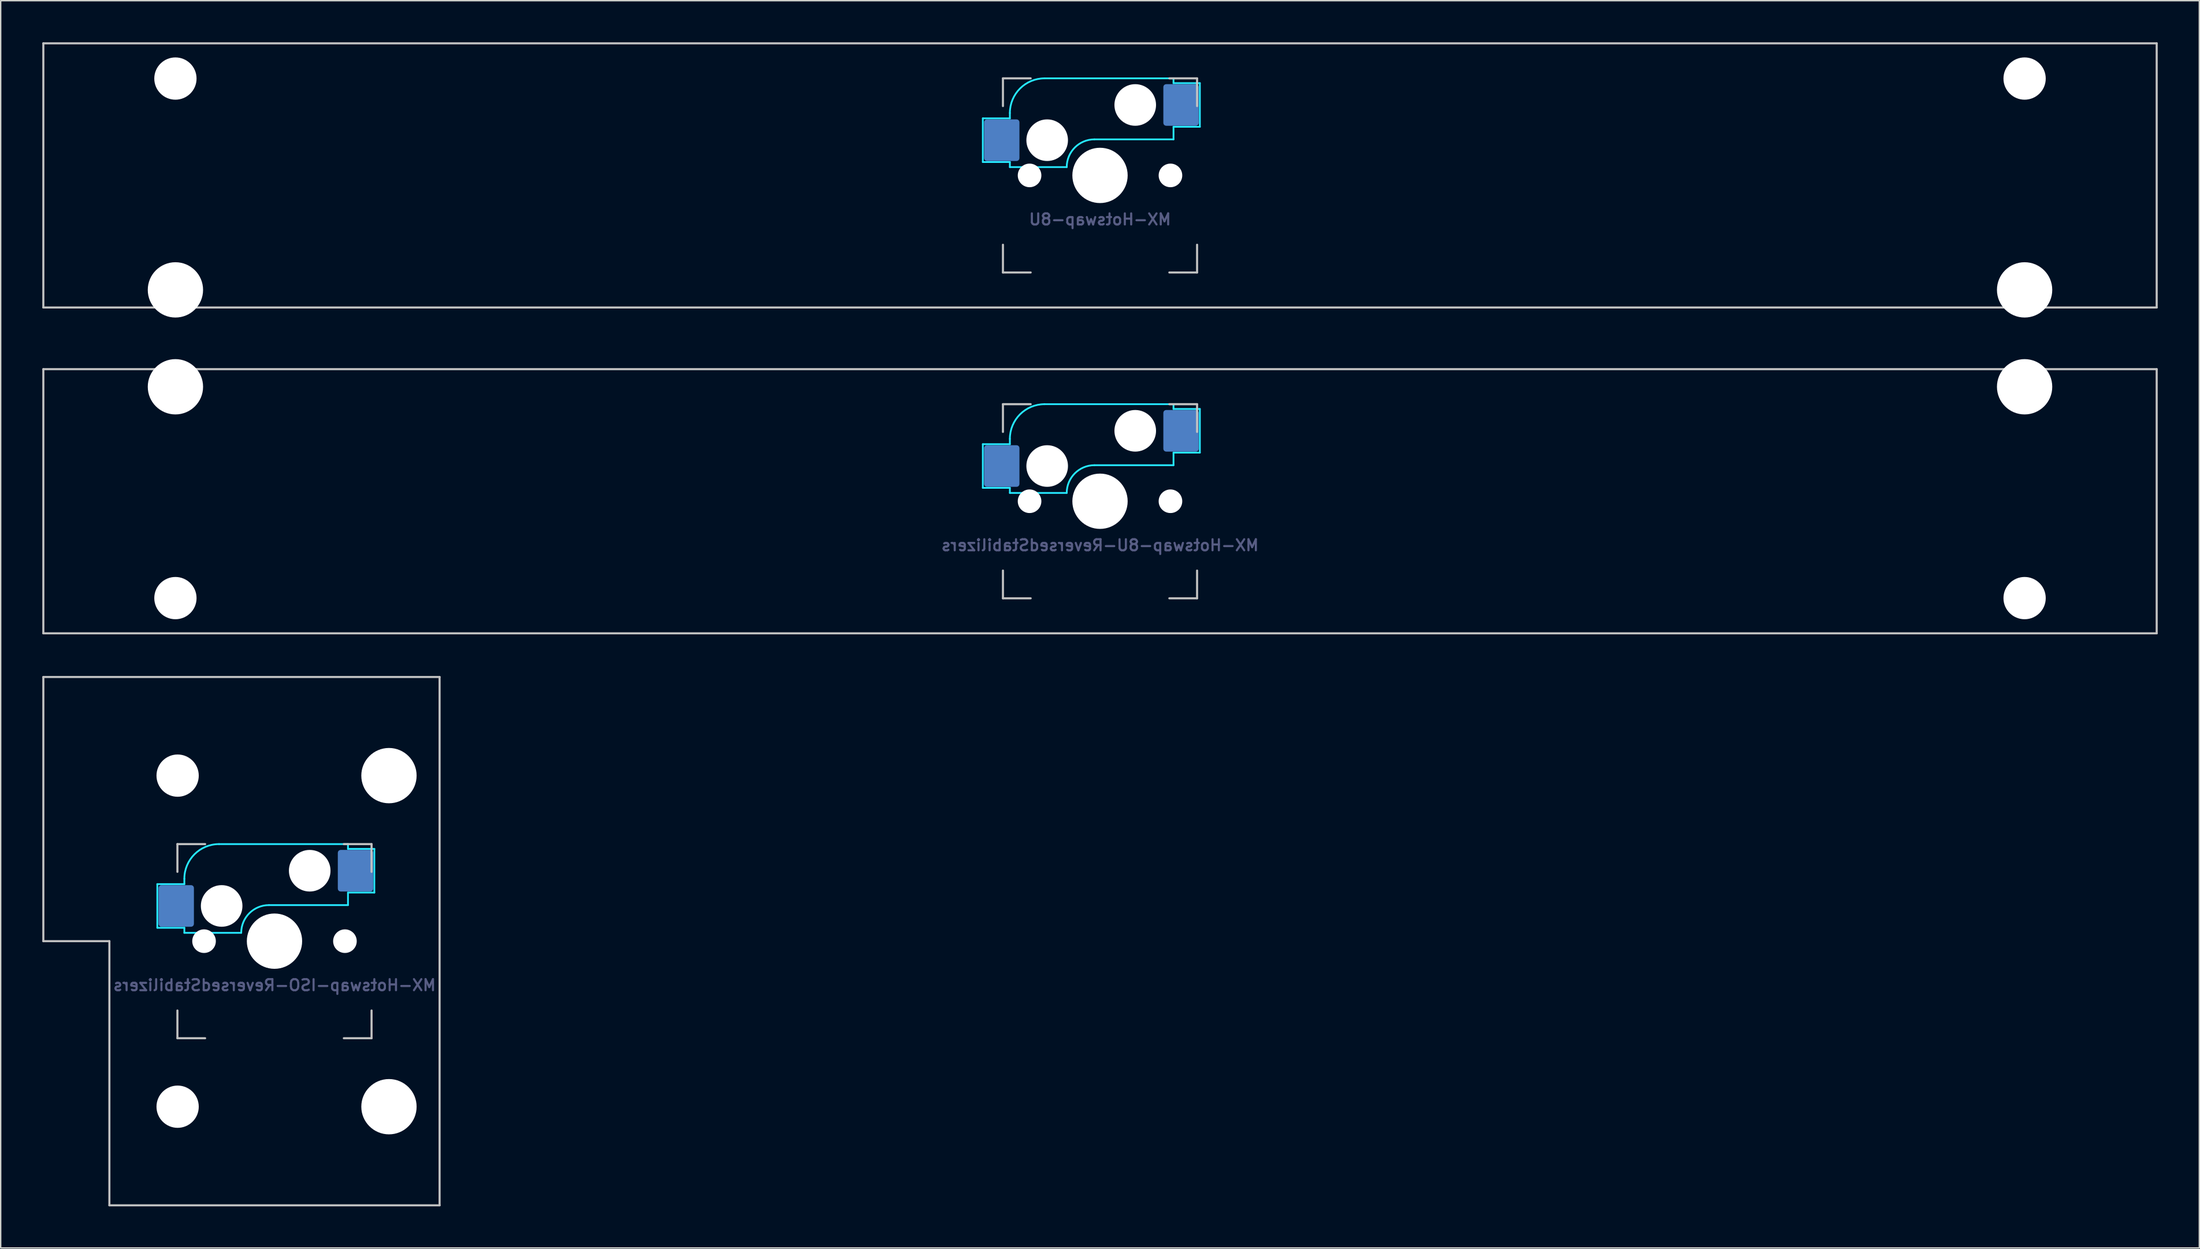
<source format=kicad_pcb>
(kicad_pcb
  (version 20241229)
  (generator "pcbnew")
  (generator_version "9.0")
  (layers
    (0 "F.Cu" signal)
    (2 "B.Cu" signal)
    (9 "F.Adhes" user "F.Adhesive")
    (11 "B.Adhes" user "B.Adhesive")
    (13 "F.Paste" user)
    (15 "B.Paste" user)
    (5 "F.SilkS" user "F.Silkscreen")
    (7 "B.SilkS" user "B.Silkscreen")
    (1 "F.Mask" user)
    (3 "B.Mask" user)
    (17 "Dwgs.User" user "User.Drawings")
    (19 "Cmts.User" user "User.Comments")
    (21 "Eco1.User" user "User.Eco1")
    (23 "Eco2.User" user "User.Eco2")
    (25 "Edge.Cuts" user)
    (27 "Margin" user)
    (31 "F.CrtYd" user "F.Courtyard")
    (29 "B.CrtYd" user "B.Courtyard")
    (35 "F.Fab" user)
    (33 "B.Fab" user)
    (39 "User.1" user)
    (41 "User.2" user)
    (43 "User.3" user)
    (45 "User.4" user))
  (footprint "MX-Hotswap-ISO-ReversedStabilizers"
    (layer "F.Cu")
    (at 16.744 64.823)
    (property "Reference" "MX-Hotswap-ISO-ReversedStabilizers" (at 0 3.175 0) (layer "B.Fab") (effects (font (size 0.8 0.8) (thickness 0.15)) (justify mirror)))
    (attr smd)
    (fp_line (start -16.669 -19.05) (end -16.669 0) (stroke (width 0.15) (type solid)) (layer "Dwgs.User"))
    (fp_line (start -16.669 -19.05) (end 11.906 -19.05) (stroke (width 0.15) (type solid)) (layer "Dwgs.User"))
    (fp_line (start -11.906 0) (end -16.669 0) (stroke (width 0.15) (type solid)) (layer "Dwgs.User"))
    (fp_line (start -11.906 19.05) (end -11.906 0) (stroke (width 0.15) (type solid)) (layer "Dwgs.User"))
    (fp_line (start -11.906 19.05) (end 11.906 19.05) (stroke (width 0.15) (type solid)) (layer "Dwgs.User"))
    (fp_line (start -7 -7) (end -7 -5) (stroke (width 0.15) (type solid)) (layer "Dwgs.User"))
    (fp_line (start -7 5) (end -7 7) (stroke (width 0.15) (type solid)) (layer "Dwgs.User"))
    (fp_line (start -7 7) (end -5 7) (stroke (width 0.15) (type solid)) (layer "Dwgs.User"))
    (fp_line (start -5 -7) (end -7 -7) (stroke (width 0.15) (type solid)) (layer "Dwgs.User"))
    (fp_line (start 5 -7) (end 7 -7) (stroke (width 0.15) (type solid)) (layer "Dwgs.User"))
    (fp_line (start 5 7) (end 7 7) (stroke (width 0.15) (type solid)) (layer "Dwgs.User"))
    (fp_line (start 7 -7) (end 7 -5) (stroke (width 0.15) (type solid)) (layer "Dwgs.User"))
    (fp_line (start 7 7) (end 7 5) (stroke (width 0.15) (type solid)) (layer "Dwgs.User"))
    (fp_line (start 11.906 -19.05) (end 11.906 19.05) (stroke (width 0.15) (type solid)) (layer "Dwgs.User"))
    (fp_line (start -8.45 -4.115) (end -8.45 -0.965) (stroke (width 0.127) (type solid)) (layer "B.CrtYd"))
    (fp_line (start -8.45 -0.965) (end -6.5 -0.965) (stroke (width 0.127) (type solid)) (layer "B.CrtYd"))
    (fp_line (start -6.5 -4.5) (end -6.5 -4.115) (stroke (width 0.127) (type solid)) (layer "B.CrtYd"))
    (fp_line (start -6.5 -4.115) (end -8.45 -4.115) (stroke (width 0.127) (type solid)) (layer "B.CrtYd"))
    (fp_line (start -6.5 -0.6) (end -6.5 -0.965) (stroke (width 0.127) (type solid)) (layer "B.CrtYd"))
    (fp_line (start -6.5 -0.6) (end -2.4 -0.6) (stroke (width 0.127) (type solid)) (layer "B.CrtYd"))
    (fp_line (start -0.4 -2.6) (end 5.3 -2.6) (stroke (width 0.127) (type solid)) (layer "B.CrtYd"))
    (fp_line (start 5.3 -7) (end -4 -7) (stroke (width 0.127) (type solid)) (layer "B.CrtYd"))
    (fp_line (start 5.3 -7) (end 5.3 -6.655) (stroke (width 0.127) (type solid)) (layer "B.CrtYd"))
    (fp_line (start 5.3 -6.655) (end 7.2 -6.655) (stroke (width 0.127) (type solid)) (layer "B.CrtYd"))
    (fp_line (start 5.3 -2.6) (end 5.3 -3.505) (stroke (width 0.127) (type solid)) (layer "B.CrtYd"))
    (fp_line (start 7.2 -6.655) (end 7.2 -3.505) (stroke (width 0.127) (type solid)) (layer "B.CrtYd"))
    (fp_line (start 7.2 -3.505) (end 5.3 -3.505) (stroke (width 0.127) (type solid)) (layer "B.CrtYd"))
    (fp_arc (start -6.5 -4.5) (mid -5.767767 -6.267767) (end -4 -7) (stroke (width 0.127) (type solid)) (layer "B.CrtYd"))
    (fp_arc (start -2.4 -0.6) (mid -1.814214 -2.014214) (end -0.4 -2.6) (stroke (width 0.127) (type solid)) (layer "B.CrtYd"))
    (pad "" np_thru_hole circle (at -6.985 -11.938) (size 3.048 3.048) (drill 3.048) (layers "*.Cu" "*.Mask"))
    (pad "" np_thru_hole circle (at -6.985 11.938) (size 3.048 3.048) (drill 3.048) (layers "*.Cu" "*.Mask"))
    (pad "" np_thru_hole circle (at -5.08 0 48.099) (size 1.702 1.702) (drill 1.702) (layers "*.Cu" "*.Mask"))
    (pad "" np_thru_hole circle (at -3.81 -2.54) (size 3 3) (drill 3) (layers "*.Cu" "*.Mask"))
    (pad "" np_thru_hole circle (at 0 0) (size 3.988 3.988) (drill 3.988) (layers "*.Cu" "*.Mask"))
    (pad "" np_thru_hole circle (at 2.54 -5.08) (size 3 3) (drill 3) (layers "*.Cu" "*.Mask"))
    (pad "" np_thru_hole circle (at 5.08 0 48.099) (size 1.702 1.702) (drill 1.702) (layers "*.Cu" "*.Mask"))
    (pad "" np_thru_hole circle (at 8.255 -11.938) (size 3.988 3.988) (drill 3.988) (layers "*.Cu" "*.Mask"))
    (pad "" np_thru_hole circle (at 8.255 11.938) (size 3.988 3.988) (drill 3.988) (layers "*.Cu" "*.Mask"))
    (pad "1" smd roundrect (at -7.085 -2.54 90) (size 3 2.55) (layers "B.Cu" "B.Mask" "B.Paste") (roundrect_rratio 0.08))
    (pad "2" smd roundrect (at 5.842 -5.08 90) (size 3 2.55) (layers "B.Cu" "B.Mask" "B.Paste") (roundrect_rratio 0.08)))
  (footprint "MX-Hotswap-8U"
    (layer "F.Cu")
    (at 76.275 9.6)
    (property "Reference" "MX-Hotswap-8U" (at 0 3.175 0) (layer "B.Fab") (effects (font (size 0.8 0.8) (thickness 0.15)) (justify mirror)))
    (attr smd)
    (fp_line (start -76.2 9.525) (end -76.2 -9.525) (stroke (width 0.15) (type solid)) (layer "Dwgs.User"))
    (fp_line (start -7 -7) (end -7 -5) (stroke (width 0.15) (type solid)) (layer "Dwgs.User"))
    (fp_line (start -7 5) (end -7 7) (stroke (width 0.15) (type solid)) (layer "Dwgs.User"))
    (fp_line (start -7 7) (end -5 7) (stroke (width 0.15) (type solid)) (layer "Dwgs.User"))
    (fp_line (start -5 -7) (end -7 -7) (stroke (width 0.15) (type solid)) (layer "Dwgs.User"))
    (fp_line (start 5 -7) (end 7 -7) (stroke (width 0.15) (type solid)) (layer "Dwgs.User"))
    (fp_line (start 5 7) (end 7 7) (stroke (width 0.15) (type solid)) (layer "Dwgs.User"))
    (fp_line (start 7 -7) (end 7 -5) (stroke (width 0.15) (type solid)) (layer "Dwgs.User"))
    (fp_line (start 7 7) (end 7 5) (stroke (width 0.15) (type solid)) (layer "Dwgs.User"))
    (fp_line (start 76.2 -9.525) (end -76.2 -9.525) (stroke (width 0.15) (type solid)) (layer "Dwgs.User"))
    (fp_line (start 76.2 9.525) (end -76.2 9.525) (stroke (width 0.15) (type solid)) (layer "Dwgs.User"))
    (fp_line (start 76.2 9.525) (end 76.2 -9.525) (stroke (width 0.15) (type solid)) (layer "Dwgs.User"))
    (fp_line (start -8.45 -4.115) (end -8.45 -0.965) (stroke (width 0.127) (type solid)) (layer "B.CrtYd"))
    (fp_line (start -8.45 -0.965) (end -6.5 -0.965) (stroke (width 0.127) (type solid)) (layer "B.CrtYd"))
    (fp_line (start -6.5 -4.5) (end -6.5 -4.115) (stroke (width 0.127) (type solid)) (layer "B.CrtYd"))
    (fp_line (start -6.5 -4.115) (end -8.45 -4.115) (stroke (width 0.127) (type solid)) (layer "B.CrtYd"))
    (fp_line (start -6.5 -0.6) (end -6.5 -0.965) (stroke (width 0.127) (type solid)) (layer "B.CrtYd"))
    (fp_line (start -6.5 -0.6) (end -2.4 -0.6) (stroke (width 0.127) (type solid)) (layer "B.CrtYd"))
    (fp_line (start -0.4 -2.6) (end 5.3 -2.6) (stroke (width 0.127) (type solid)) (layer "B.CrtYd"))
    (fp_line (start 5.3 -7) (end -4 -7) (stroke (width 0.127) (type solid)) (layer "B.CrtYd"))
    (fp_line (start 5.3 -7) (end 5.3 -6.655) (stroke (width 0.127) (type solid)) (layer "B.CrtYd"))
    (fp_line (start 5.3 -6.655) (end 7.2 -6.655) (stroke (width 0.127) (type solid)) (layer "B.CrtYd"))
    (fp_line (start 5.3 -2.6) (end 5.3 -3.505) (stroke (width 0.127) (type solid)) (layer "B.CrtYd"))
    (fp_line (start 7.2 -6.655) (end 7.2 -3.505) (stroke (width 0.127) (type solid)) (layer "B.CrtYd"))
    (fp_line (start 7.2 -3.505) (end 5.3 -3.505) (stroke (width 0.127) (type solid)) (layer "B.CrtYd"))
    (fp_arc (start -6.5 -4.5) (mid -5.767767 -6.267767) (end -4 -7) (stroke (width 0.127) (type solid)) (layer "B.CrtYd"))
    (fp_arc (start -2.4 -0.6) (mid -1.814214 -2.014214) (end -0.4 -2.6) (stroke (width 0.127) (type solid)) (layer "B.CrtYd"))
    (pad "" np_thru_hole circle (at -66.675 -6.985) (size 3.048 3.048) (drill 3.048) (layers "*.Cu" "*.Mask"))
    (pad "" np_thru_hole circle (at -66.675 8.255) (size 3.988 3.988) (drill 3.988) (layers "*.Cu" "*.Mask"))
    (pad "" np_thru_hole circle (at -5.08 0 48.099) (size 1.702 1.702) (drill 1.702) (layers "*.Cu" "*.Mask"))
    (pad "" np_thru_hole circle (at -3.81 -2.54) (size 3 3) (drill 3) (layers "*.Cu" "*.Mask"))
    (pad "" np_thru_hole circle (at 0 0) (size 3.988 3.988) (drill 3.988) (layers "*.Cu" "*.Mask"))
    (pad "" np_thru_hole circle (at 2.54 -5.08) (size 3 3) (drill 3) (layers "*.Cu" "*.Mask"))
    (pad "" np_thru_hole circle (at 5.08 0 48.099) (size 1.702 1.702) (drill 1.702) (layers "*.Cu" "*.Mask"))
    (pad "" np_thru_hole circle (at 66.675 -6.985) (size 3.048 3.048) (drill 3.048) (layers "*.Cu" "*.Mask"))
    (pad "" np_thru_hole circle (at 66.675 8.255) (size 3.988 3.988) (drill 3.988) (layers "*.Cu" "*.Mask"))
    (pad "1" smd roundrect (at -7.085 -2.54 90) (size 3 2.55) (layers "B.Cu" "B.Mask" "B.Paste") (roundrect_rratio 0.08))
    (pad "2" smd roundrect (at 5.842 -5.08 90) (size 3 2.55) (layers "B.Cu" "B.Mask" "B.Paste") (roundrect_rratio 0.08)))
  (footprint "MX-Hotswap-8U-ReversedStabilizers"
    (layer "F.Cu")
    (at 76.275 33.098)
    (property "Reference" "MX-Hotswap-8U-ReversedStabilizers" (at 0 3.175 0) (layer "B.Fab") (effects (font (size 0.8 0.8) (thickness 0.15)) (justify mirror)))
    (attr smd)
    (fp_line (start -76.2 9.525) (end -76.2 -9.525) (stroke (width 0.15) (type solid)) (layer "Dwgs.User"))
    (fp_line (start -7 -7) (end -7 -5) (stroke (width 0.15) (type solid)) (layer "Dwgs.User"))
    (fp_line (start -7 5) (end -7 7) (stroke (width 0.15) (type solid)) (layer "Dwgs.User"))
    (fp_line (start -7 7) (end -5 7) (stroke (width 0.15) (type solid)) (layer "Dwgs.User"))
    (fp_line (start -5 -7) (end -7 -7) (stroke (width 0.15) (type solid)) (layer "Dwgs.User"))
    (fp_line (start 5 -7) (end 7 -7) (stroke (width 0.15) (type solid)) (layer "Dwgs.User"))
    (fp_line (start 5 7) (end 7 7) (stroke (width 0.15) (type solid)) (layer "Dwgs.User"))
    (fp_line (start 7 -7) (end 7 -5) (stroke (width 0.15) (type solid)) (layer "Dwgs.User"))
    (fp_line (start 7 7) (end 7 5) (stroke (width 0.15) (type solid)) (layer "Dwgs.User"))
    (fp_line (start 76.2 -9.525) (end -76.2 -9.525) (stroke (width 0.15) (type solid)) (layer "Dwgs.User"))
    (fp_line (start 76.2 9.525) (end -76.2 9.525) (stroke (width 0.15) (type solid)) (layer "Dwgs.User"))
    (fp_line (start 76.2 9.525) (end 76.2 -9.525) (stroke (width 0.15) (type solid)) (layer "Dwgs.User"))
    (fp_line (start -8.45 -4.115) (end -8.45 -0.965) (stroke (width 0.127) (type solid)) (layer "B.CrtYd"))
    (fp_line (start -8.45 -0.965) (end -6.5 -0.965) (stroke (width 0.127) (type solid)) (layer "B.CrtYd"))
    (fp_line (start -6.5 -4.5) (end -6.5 -4.115) (stroke (width 0.127) (type solid)) (layer "B.CrtYd"))
    (fp_line (start -6.5 -4.115) (end -8.45 -4.115) (stroke (width 0.127) (type solid)) (layer "B.CrtYd"))
    (fp_line (start -6.5 -0.6) (end -6.5 -0.965) (stroke (width 0.127) (type solid)) (layer "B.CrtYd"))
    (fp_line (start -6.5 -0.6) (end -2.4 -0.6) (stroke (width 0.127) (type solid)) (layer "B.CrtYd"))
    (fp_line (start -0.4 -2.6) (end 5.3 -2.6) (stroke (width 0.127) (type solid)) (layer "B.CrtYd"))
    (fp_line (start 5.3 -7) (end -4 -7) (stroke (width 0.127) (type solid)) (layer "B.CrtYd"))
    (fp_line (start 5.3 -7) (end 5.3 -6.655) (stroke (width 0.127) (type solid)) (layer "B.CrtYd"))
    (fp_line (start 5.3 -6.655) (end 7.2 -6.655) (stroke (width 0.127) (type solid)) (layer "B.CrtYd"))
    (fp_line (start 5.3 -2.6) (end 5.3 -3.505) (stroke (width 0.127) (type solid)) (layer "B.CrtYd"))
    (fp_line (start 7.2 -6.655) (end 7.2 -3.505) (stroke (width 0.127) (type solid)) (layer "B.CrtYd"))
    (fp_line (start 7.2 -3.505) (end 5.3 -3.505) (stroke (width 0.127) (type solid)) (layer "B.CrtYd"))
    (fp_arc (start -6.5 -4.5) (mid -5.767767 -6.267767) (end -4 -7) (stroke (width 0.127) (type solid)) (layer "B.CrtYd"))
    (fp_arc (start -2.4 -0.6) (mid -1.814214 -2.014214) (end -0.4 -2.6) (stroke (width 0.127) (type solid)) (layer "B.CrtYd"))
    (pad "" np_thru_hole circle (at -66.675 -8.255) (size 3.988 3.988) (drill 3.988) (layers "*.Cu" "*.Mask"))
    (pad "" np_thru_hole circle (at -66.675 6.985) (size 3.048 3.048) (drill 3.048) (layers "*.Cu" "*.Mask"))
    (pad "" np_thru_hole circle (at -5.08 0 48.099) (size 1.702 1.702) (drill 1.702) (layers "*.Cu" "*.Mask"))
    (pad "" np_thru_hole circle (at -3.81 -2.54) (size 3 3) (drill 3) (layers "*.Cu" "*.Mask"))
    (pad "" np_thru_hole circle (at 0 0) (size 3.988 3.988) (drill 3.988) (layers "*.Cu" "*.Mask"))
    (pad "" np_thru_hole circle (at 2.54 -5.08) (size 3 3) (drill 3) (layers "*.Cu" "*.Mask"))
    (pad "" np_thru_hole circle (at 5.08 0 48.099) (size 1.702 1.702) (drill 1.702) (layers "*.Cu" "*.Mask"))
    (pad "" np_thru_hole circle (at 66.675 -8.255) (size 3.988 3.988) (drill 3.988) (layers "*.Cu" "*.Mask"))
    (pad "" np_thru_hole circle (at 66.675 6.985) (size 3.048 3.048) (drill 3.048) (layers "*.Cu" "*.Mask"))
    (pad "1" smd roundrect (at -7.085 -2.54 90) (size 3 2.55) (layers "B.Cu" "B.Mask" "B.Paste") (roundrect_rratio 0.08))
    (pad "2" smd roundrect (at 5.842 -5.08 90) (size 3 2.55) (layers "B.Cu" "B.Mask" "B.Paste") (roundrect_rratio 0.08)))
  (gr_rect
    (start -3 -3)
    (end 155.55 86.948)
    (stroke (width 0.1) (type default))
    (fill no)
    (layer "Edge.Cuts")))
</source>
